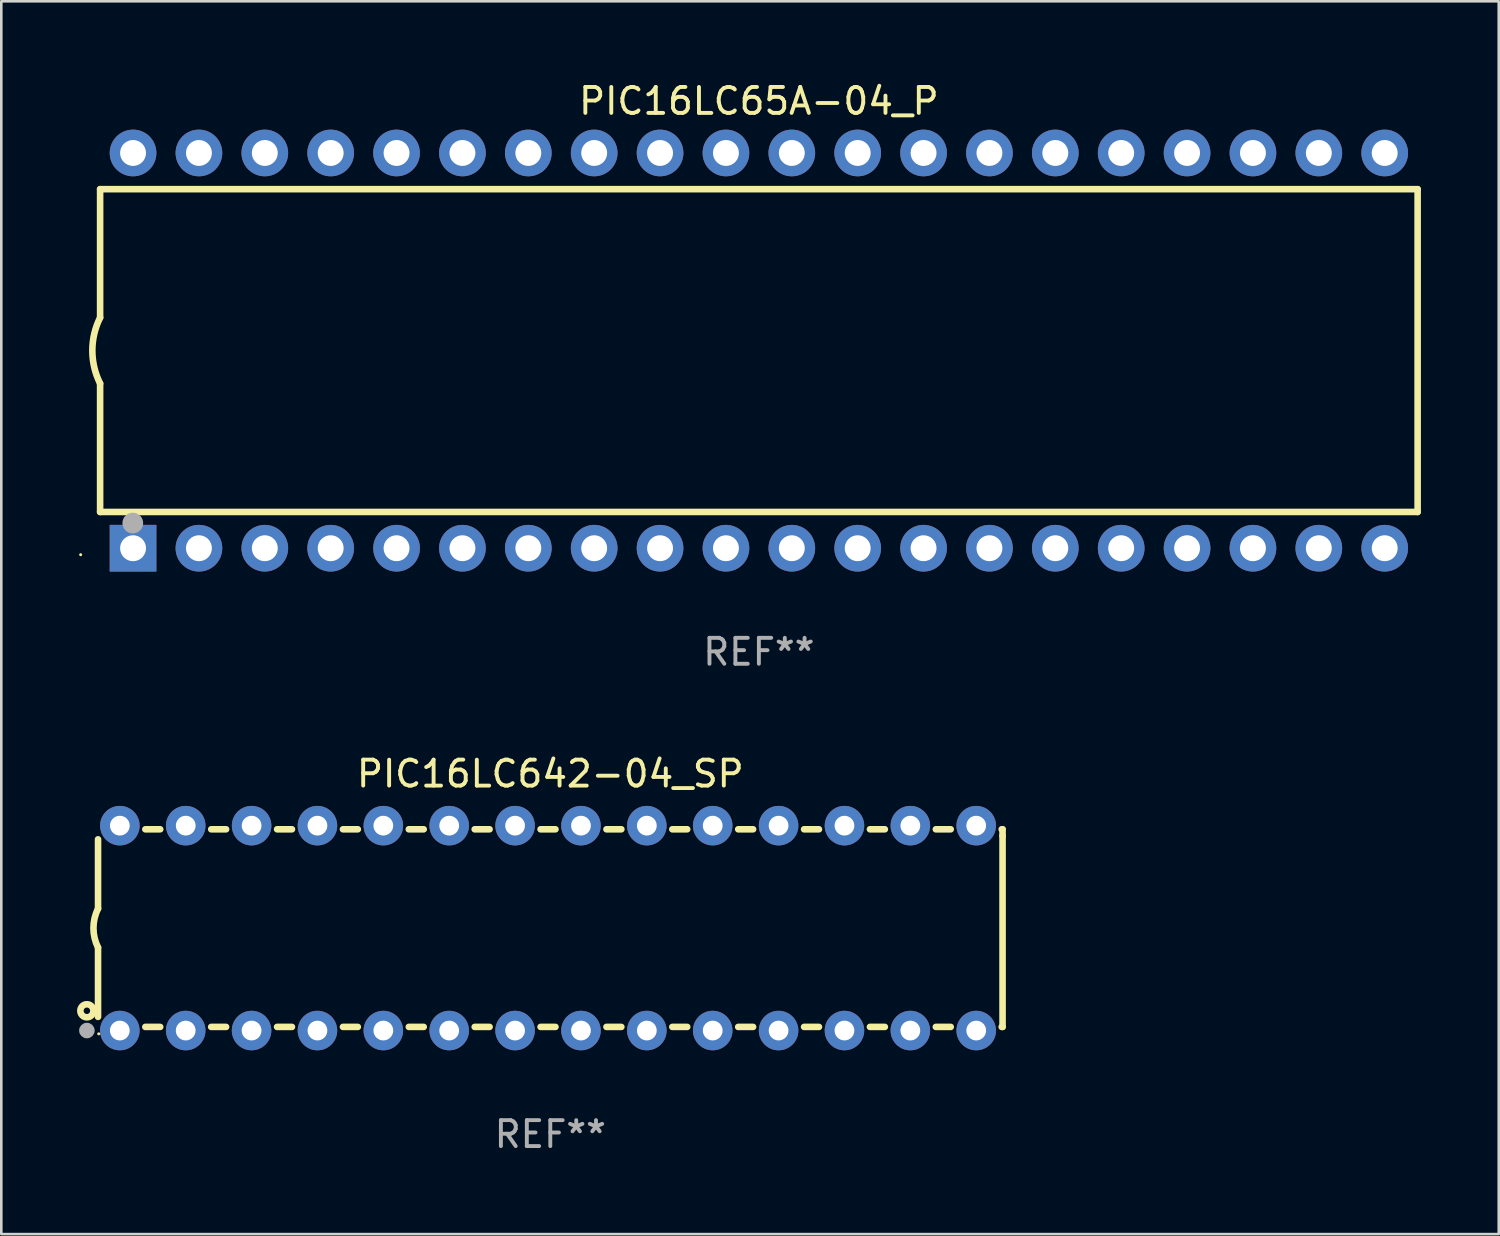
<source format=kicad_pcb>
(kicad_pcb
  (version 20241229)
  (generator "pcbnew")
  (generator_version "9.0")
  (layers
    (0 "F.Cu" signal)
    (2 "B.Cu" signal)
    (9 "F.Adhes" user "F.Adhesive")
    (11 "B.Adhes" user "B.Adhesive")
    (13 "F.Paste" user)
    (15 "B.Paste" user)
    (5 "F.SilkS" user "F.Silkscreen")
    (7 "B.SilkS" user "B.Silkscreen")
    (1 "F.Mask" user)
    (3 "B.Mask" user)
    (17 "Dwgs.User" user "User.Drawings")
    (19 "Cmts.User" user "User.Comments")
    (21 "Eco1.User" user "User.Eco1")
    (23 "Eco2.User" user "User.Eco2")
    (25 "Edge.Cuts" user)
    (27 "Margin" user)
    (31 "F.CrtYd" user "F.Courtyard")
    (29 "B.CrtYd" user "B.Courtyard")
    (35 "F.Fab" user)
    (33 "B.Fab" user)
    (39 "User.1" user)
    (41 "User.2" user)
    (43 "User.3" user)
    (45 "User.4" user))
  (footprint "PIC16LC642-04_SP"
    (layer "F.Cu")
    (at 18.168 32.735)
    (property "Reference" "PIC16LC642-04_SP" (at 0 -5.95 0) (layer "F.SilkS") (effects (font (size 1 1) (thickness 0.15))))
    (attr through_hole)
    (fp_line (start -17.438 0.75) (end -17.438 3.423) (stroke (width 0.254) (type solid)) (layer "F.SilkS"))
    (fp_line (start -17.438 -3.423) (end -17.438 -0.75) (stroke (width 0.254) (type solid)) (layer "F.SilkS"))
    (fp_line (start -15.615 3.81) (end -15.041 3.81) (stroke (width 0.254) (type solid)) (layer "F.SilkS"))
    (fp_line (start -15.041 -3.81) (end -15.614 -3.81) (stroke (width 0.254) (type solid)) (layer "F.SilkS"))
    (fp_line (start -13.075 3.81) (end -12.501 3.81) (stroke (width 0.254) (type solid)) (layer "F.SilkS"))
    (fp_line (start -12.501 -3.81) (end -13.074 -3.81) (stroke (width 0.254) (type solid)) (layer "F.SilkS"))
    (fp_line (start -10.535 3.81) (end -9.961 3.81) (stroke (width 0.254) (type solid)) (layer "F.SilkS"))
    (fp_line (start -9.961 -3.81) (end -10.534 -3.81) (stroke (width 0.254) (type solid)) (layer "F.SilkS"))
    (fp_line (start -7.995 3.81) (end -7.421 3.81) (stroke (width 0.254) (type solid)) (layer "F.SilkS"))
    (fp_line (start -7.421 -3.81) (end -7.995 -3.81) (stroke (width 0.254) (type solid)) (layer "F.SilkS"))
    (fp_line (start -5.455 3.81) (end -4.881 3.81) (stroke (width 0.254) (type solid)) (layer "F.SilkS"))
    (fp_line (start -4.881 -3.81) (end -5.455 -3.81) (stroke (width 0.254) (type solid)) (layer "F.SilkS"))
    (fp_line (start -2.915 3.81) (end -2.341 3.81) (stroke (width 0.254) (type solid)) (layer "F.SilkS"))
    (fp_line (start -2.341 -3.81) (end -2.915 -3.81) (stroke (width 0.254) (type solid)) (layer "F.SilkS"))
    (fp_line (start -0.375 3.81) (end 0.199 3.81) (stroke (width 0.254) (type solid)) (layer "F.SilkS"))
    (fp_line (start 0.199 -3.81) (end -0.375 -3.81) (stroke (width 0.254) (type solid)) (layer "F.SilkS"))
    (fp_line (start 2.165 3.81) (end 2.739 3.81) (stroke (width 0.254) (type solid)) (layer "F.SilkS"))
    (fp_line (start 2.739 -3.81) (end 2.165 -3.81) (stroke (width 0.254) (type solid)) (layer "F.SilkS"))
    (fp_line (start 4.705 3.81) (end 5.279 3.81) (stroke (width 0.254) (type solid)) (layer "F.SilkS"))
    (fp_line (start 5.279 -3.81) (end 4.705 -3.81) (stroke (width 0.254) (type solid)) (layer "F.SilkS"))
    (fp_line (start 7.245 3.81) (end 7.819 3.81) (stroke (width 0.254) (type solid)) (layer "F.SilkS"))
    (fp_line (start 7.819 -3.81) (end 7.245 -3.81) (stroke (width 0.254) (type solid)) (layer "F.SilkS"))
    (fp_line (start 9.785 3.81) (end 10.359 3.81) (stroke (width 0.254) (type solid)) (layer "F.SilkS"))
    (fp_line (start 10.359 -3.81) (end 9.785 -3.81) (stroke (width 0.254) (type solid)) (layer "F.SilkS"))
    (fp_line (start 12.325 3.81) (end 12.899 3.81) (stroke (width 0.254) (type solid)) (layer "F.SilkS"))
    (fp_line (start 12.899 -3.81) (end 12.325 -3.81) (stroke (width 0.254) (type solid)) (layer "F.SilkS"))
    (fp_line (start 14.865 3.81) (end 15.439 3.81) (stroke (width 0.254) (type solid)) (layer "F.SilkS"))
    (fp_line (start 15.439 -3.81) (end 14.865 -3.81) (stroke (width 0.254) (type solid)) (layer "F.SilkS"))
    (fp_line (start 17.405 3.81) (end 17.438 3.81) (stroke (width 0.254) (type solid)) (layer "F.SilkS"))
    (fp_line (start 17.438 -3.81) (end 17.405 -3.81) (stroke (width 0.254) (type solid)) (layer "F.SilkS"))
    (fp_line (start 17.438 -3.556) (end 17.438 -3.81) (stroke (width 0.254) (type solid)) (layer "F.SilkS"))
    (fp_line (start 17.438 3.81) (end 17.438 -3.556) (stroke (width 0.254) (type solid)) (layer "F.SilkS"))
    (fp_arc (start -17.437986 0.749657) (mid -17.614887 -0.000024) (end -17.437783 -0.749657) (stroke (width 0.254001) (type solid)) (layer "F.SilkS"))
    (fp_circle (center -17.868 3.188) (end -17.743 3.188) (stroke (width 0.254) (type solid)) (fill no) (layer "F.SilkS"))
    (fp_circle (center -17.411 4.077) (end -17.381 4.077) (stroke (width 0.06) (type solid)) (fill no) (layer "F.SilkS"))
    (fp_circle (center -17.868 3.95) (end -17.718 3.95) (stroke (width 0.3) (type solid)) (fill no) (layer "F.Fab"))
    (fp_text user "REF**" (at 0 7.95 0) (layer "F.Fab") (effects (font (size 1 1) (thickness 0.15))))
    (pad "1" thru_hole circle (at -16.598 3.95) (size 1.524 1.524) (drill 0.762) (layers "*.Cu" "*.Mask"))
    (pad "2" thru_hole circle (at -14.058 3.95) (size 1.524 1.524) (drill 0.762) (layers "*.Cu" "*.Mask"))
    (pad "3" thru_hole circle (at -11.518 3.95) (size 1.524 1.524) (drill 0.762) (layers "*.Cu" "*.Mask"))
    (pad "4" thru_hole circle (at -8.978 3.95) (size 1.524 1.524) (drill 0.762) (layers "*.Cu" "*.Mask"))
    (pad "5" thru_hole circle (at -6.438 3.95) (size 1.524 1.524) (drill 0.762) (layers "*.Cu" "*.Mask"))
    (pad "6" thru_hole circle (at -3.898 3.95) (size 1.524 1.524) (drill 0.762) (layers "*.Cu" "*.Mask"))
    (pad "7" thru_hole circle (at -1.358 3.95) (size 1.524 1.524) (drill 0.762) (layers "*.Cu" "*.Mask"))
    (pad "8" thru_hole circle (at 1.182 3.95) (size 1.524 1.524) (drill 0.762) (layers "*.Cu" "*.Mask"))
    (pad "9" thru_hole circle (at 3.722 3.95) (size 1.524 1.524) (drill 0.762) (layers "*.Cu" "*.Mask"))
    (pad "10" thru_hole circle (at 6.262 3.95) (size 1.524 1.524) (drill 0.762) (layers "*.Cu" "*.Mask"))
    (pad "11" thru_hole circle (at 8.802 3.95) (size 1.524 1.524) (drill 0.762) (layers "*.Cu" "*.Mask"))
    (pad "12" thru_hole circle (at 11.342 3.95) (size 1.524 1.524) (drill 0.762) (layers "*.Cu" "*.Mask"))
    (pad "13" thru_hole circle (at 13.882 3.95) (size 1.524 1.524) (drill 0.762) (layers "*.Cu" "*.Mask"))
    (pad "14" thru_hole circle (at 16.422 3.95) (size 1.524 1.524) (drill 0.762) (layers "*.Cu" "*.Mask"))
    (pad "15" thru_hole circle (at 16.422 -3.95) (size 1.524 1.524) (drill 0.762) (layers "*.Cu" "*.Mask"))
    (pad "16" thru_hole circle (at 13.882 -3.95) (size 1.524 1.524) (drill 0.762) (layers "*.Cu" "*.Mask"))
    (pad "17" thru_hole circle (at 11.342 -3.95) (size 1.524 1.524) (drill 0.762) (layers "*.Cu" "*.Mask"))
    (pad "18" thru_hole circle (at 8.802 -3.95) (size 1.524 1.524) (drill 0.762) (layers "*.Cu" "*.Mask"))
    (pad "19" thru_hole circle (at 6.262 -3.95) (size 1.524 1.524) (drill 0.762) (layers "*.Cu" "*.Mask"))
    (pad "20" thru_hole circle (at 3.722 -3.95) (size 1.524 1.524) (drill 0.762) (layers "*.Cu" "*.Mask"))
    (pad "21" thru_hole circle (at 1.182 -3.95) (size 1.524 1.524) (drill 0.762) (layers "*.Cu" "*.Mask"))
    (pad "22" thru_hole circle (at -1.358 -3.95) (size 1.524 1.524) (drill 0.762) (layers "*.Cu" "*.Mask"))
    (pad "23" thru_hole circle (at -3.898 -3.95) (size 1.524 1.524) (drill 0.762) (layers "*.Cu" "*.Mask"))
    (pad "24" thru_hole circle (at -6.438 -3.95) (size 1.524 1.524) (drill 0.762) (layers "*.Cu" "*.Mask"))
    (pad "25" thru_hole circle (at -8.978 -3.95) (size 1.524 1.524) (drill 0.762) (layers "*.Cu" "*.Mask"))
    (pad "26" thru_hole circle (at -11.517 -3.95) (size 1.524 1.524) (drill 0.762) (layers "*.Cu" "*.Mask"))
    (pad "27" thru_hole circle (at -14.057 -3.95) (size 1.524 1.524) (drill 0.762) (layers "*.Cu" "*.Mask"))
    (pad "28" thru_hole circle (at -16.597 -3.95) (size 1.524 1.524) (drill 0.762) (layers "*.Cu" "*.Mask")))
  (footprint "PIC16LC65A-04_P"
    (layer "F.Cu")
    (at 26.21 10.468)
    (property "Reference" "PIC16LC65A-04_P" (at 0 -9.62 0) (layer "F.SilkS") (effects (font (size 1 1) (thickness 0.15))))
    (attr through_hole)
    (fp_line (start -25.4 -6.224) (end -25.4 -1.271) (stroke (width 0.254) (type solid)) (layer "F.SilkS"))
    (fp_line (start -25.4 -6.224) (end 25.4 -6.224) (stroke (width 0.254) (type solid)) (layer "F.SilkS"))
    (fp_line (start -25.4 1.269) (end -25.4 6.222) (stroke (width 0.254) (type solid)) (layer "F.SilkS"))
    (fp_line (start -25.4 6.222) (end 25.4 6.222) (stroke (width 0.254) (type solid)) (layer "F.SilkS"))
    (fp_line (start 25.4 6.222) (end 25.4 -6.224) (stroke (width 0.254) (type solid)) (layer "F.SilkS"))
    (fp_arc (start -25.4 1.269241) (mid -25.699807 -0.000762) (end -25.4 -1.270765) (stroke (width 0.254001) (type solid)) (layer "F.SilkS"))
    (fp_circle (center -26.15 7.87) (end -26.12 7.87) (stroke (width 0.06) (type solid)) (fill no) (layer "F.SilkS"))
    (fp_circle (center -24.14 6.65) (end -23.94 6.65) (stroke (width 0.4) (type solid)) (fill no) (layer "F.Fab"))
    (fp_text user "REF**" (at 0 11.62 0) (layer "F.Fab") (effects (font (size 1 1) (thickness 0.15))))
    (pad "1" thru_hole rect (at -24.13 7.62 90) (size 1.8 1.8) (drill 1) (layers "*.Cu" "*.Mask"))
    (pad "2" thru_hole circle (at -21.59 7.62) (size 1.8 1.8) (drill 1) (layers "*.Cu" "*.Mask"))
    (pad "3" thru_hole circle (at -19.05 7.62) (size 1.8 1.8) (drill 1) (layers "*.Cu" "*.Mask"))
    (pad "4" thru_hole circle (at -16.51 7.62) (size 1.8 1.8) (drill 1) (layers "*.Cu" "*.Mask"))
    (pad "5" thru_hole circle (at -13.97 7.62) (size 1.8 1.8) (drill 1) (layers "*.Cu" "*.Mask"))
    (pad "6" thru_hole circle (at -11.43 7.62) (size 1.8 1.8) (drill 1) (layers "*.Cu" "*.Mask"))
    (pad "7" thru_hole circle (at -8.89 7.62) (size 1.8 1.8) (drill 1) (layers "*.Cu" "*.Mask"))
    (pad "8" thru_hole circle (at -6.35 7.62) (size 1.8 1.8) (drill 1) (layers "*.Cu" "*.Mask"))
    (pad "9" thru_hole circle (at -3.81 7.62) (size 1.8 1.8) (drill 1) (layers "*.Cu" "*.Mask"))
    (pad "10" thru_hole circle (at -1.27 7.62) (size 1.8 1.8) (drill 1) (layers "*.Cu" "*.Mask"))
    (pad "11" thru_hole circle (at 1.27 7.62) (size 1.8 1.8) (drill 1) (layers "*.Cu" "*.Mask"))
    (pad "12" thru_hole circle (at 3.81 7.62) (size 1.8 1.8) (drill 1) (layers "*.Cu" "*.Mask"))
    (pad "13" thru_hole circle (at 6.35 7.62) (size 1.8 1.8) (drill 1) (layers "*.Cu" "*.Mask"))
    (pad "14" thru_hole circle (at 8.89 7.62) (size 1.8 1.8) (drill 1) (layers "*.Cu" "*.Mask"))
    (pad "15" thru_hole circle (at 11.43 7.62) (size 1.8 1.8) (drill 1) (layers "*.Cu" "*.Mask"))
    (pad "16" thru_hole circle (at 13.97 7.62) (size 1.8 1.8) (drill 1) (layers "*.Cu" "*.Mask"))
    (pad "17" thru_hole circle (at 16.51 7.62) (size 1.8 1.8) (drill 1) (layers "*.Cu" "*.Mask"))
    (pad "18" thru_hole circle (at 19.05 7.62) (size 1.8 1.8) (drill 1) (layers "*.Cu" "*.Mask"))
    (pad "19" thru_hole circle (at 21.59 7.62) (size 1.8 1.8) (drill 1) (layers "*.Cu" "*.Mask"))
    (pad "20" thru_hole circle (at 24.13 7.62) (size 1.8 1.8) (drill 1) (layers "*.Cu" "*.Mask"))
    (pad "21" thru_hole circle (at 24.13 -7.62) (size 1.8 1.8) (drill 1) (layers "*.Cu" "*.Mask"))
    (pad "22" thru_hole circle (at 21.59 -7.62) (size 1.8 1.8) (drill 1) (layers "*.Cu" "*.Mask"))
    (pad "23" thru_hole circle (at 19.05 -7.62) (size 1.8 1.8) (drill 1) (layers "*.Cu" "*.Mask"))
    (pad "24" thru_hole circle (at 16.51 -7.62) (size 1.8 1.8) (drill 1) (layers "*.Cu" "*.Mask"))
    (pad "25" thru_hole circle (at 13.97 -7.62) (size 1.8 1.8) (drill 1) (layers "*.Cu" "*.Mask"))
    (pad "26" thru_hole circle (at 11.43 -7.62) (size 1.8 1.8) (drill 1) (layers "*.Cu" "*.Mask"))
    (pad "27" thru_hole circle (at 8.89 -7.62) (size 1.8 1.8) (drill 1) (layers "*.Cu" "*.Mask"))
    (pad "28" thru_hole circle (at 6.35 -7.62) (size 1.8 1.8) (drill 1) (layers "*.Cu" "*.Mask"))
    (pad "29" thru_hole circle (at 3.81 -7.62) (size 1.8 1.8) (drill 1) (layers "*.Cu" "*.Mask"))
    (pad "30" thru_hole circle (at 1.27 -7.62) (size 1.8 1.8) (drill 1) (layers "*.Cu" "*.Mask"))
    (pad "31" thru_hole circle (at -1.27 -7.62) (size 1.8 1.8) (drill 1) (layers "*.Cu" "*.Mask"))
    (pad "32" thru_hole circle (at -3.81 -7.62) (size 1.8 1.8) (drill 1) (layers "*.Cu" "*.Mask"))
    (pad "33" thru_hole circle (at -6.35 -7.62) (size 1.8 1.8) (drill 1) (layers "*.Cu" "*.Mask"))
    (pad "34" thru_hole circle (at -8.89 -7.62) (size 1.8 1.8) (drill 1) (layers "*.Cu" "*.Mask"))
    (pad "35" thru_hole circle (at -11.43 -7.62) (size 1.8 1.8) (drill 1) (layers "*.Cu" "*.Mask"))
    (pad "36" thru_hole circle (at -13.97 -7.62) (size 1.8 1.8) (drill 1) (layers "*.Cu" "*.Mask"))
    (pad "37" thru_hole circle (at -16.51 -7.62) (size 1.8 1.8) (drill 1) (layers "*.Cu" "*.Mask"))
    (pad "38" thru_hole circle (at -19.05 -7.62) (size 1.8 1.8) (drill 1) (layers "*.Cu" "*.Mask"))
    (pad "39" thru_hole circle (at -21.59 -7.62) (size 1.8 1.8) (drill 1) (layers "*.Cu" "*.Mask"))
    (pad "40" thru_hole circle (at -24.13 -7.62) (size 1.8 1.8) (drill 1) (layers "*.Cu" "*.Mask")))
  (gr_rect
    (start -3 -3)
    (end 54.737 44.533)
    (stroke (width 0.1) (type default))
    (fill no)
    (layer "Edge.Cuts")))
</source>
